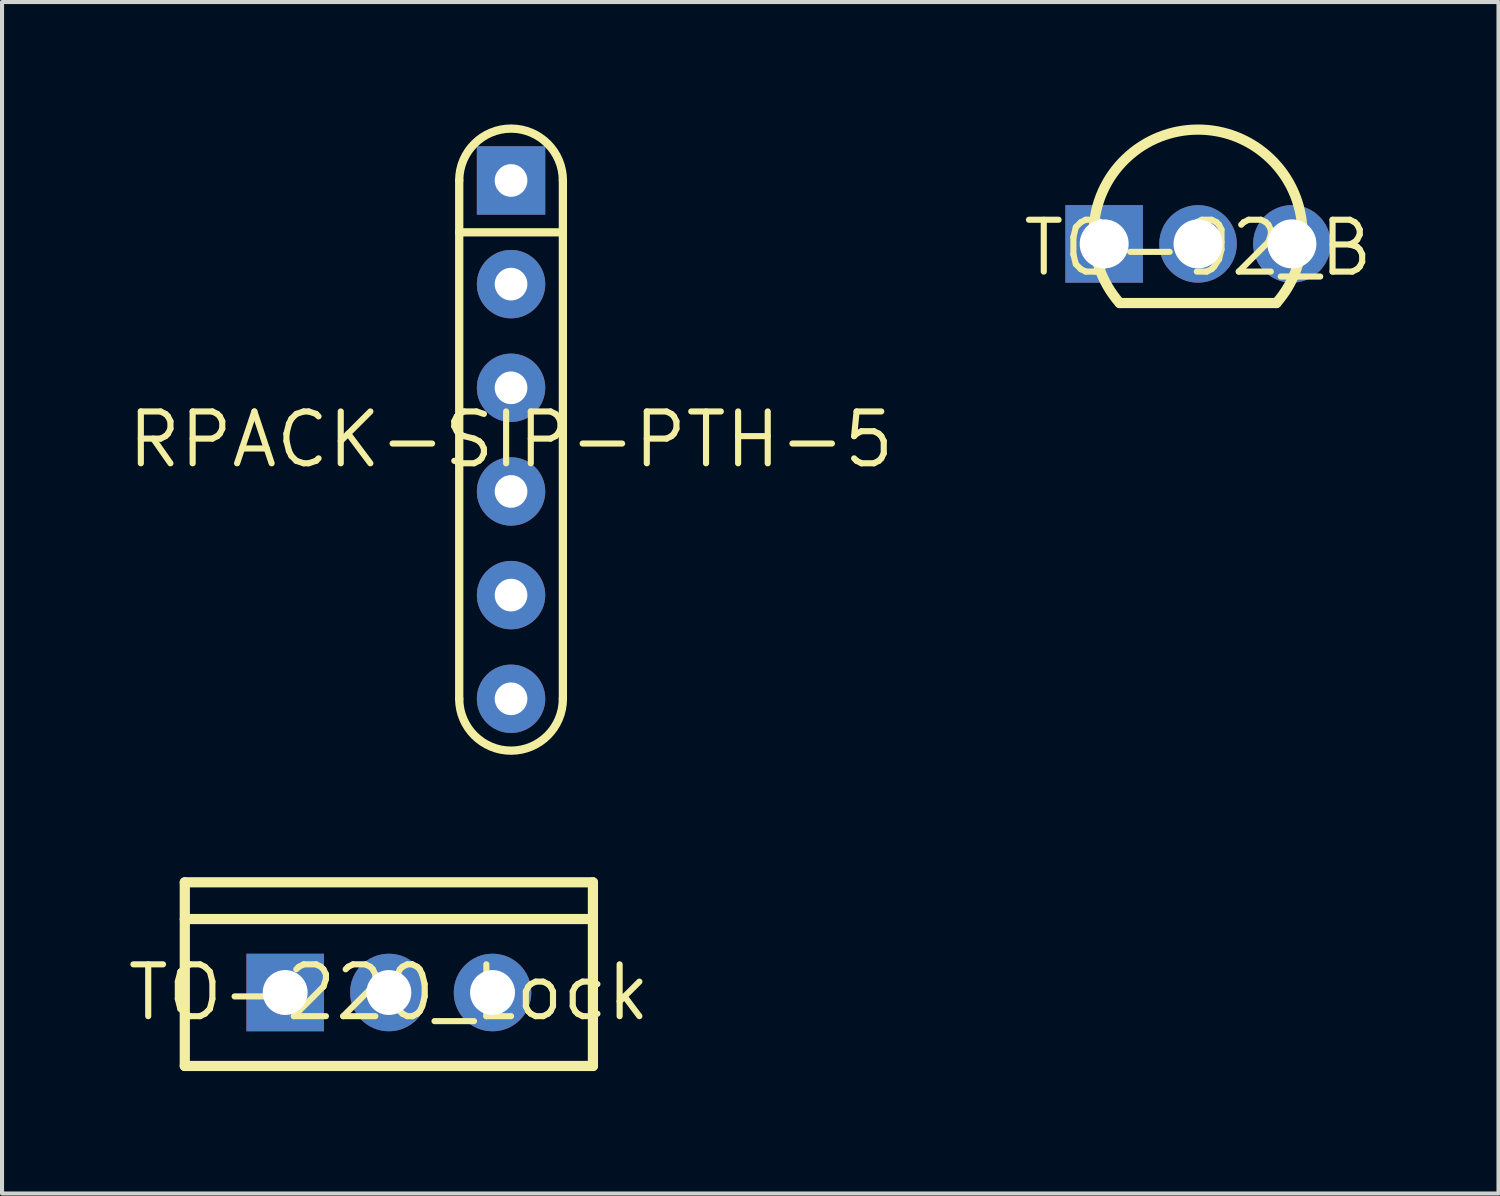
<source format=kicad_pcb>
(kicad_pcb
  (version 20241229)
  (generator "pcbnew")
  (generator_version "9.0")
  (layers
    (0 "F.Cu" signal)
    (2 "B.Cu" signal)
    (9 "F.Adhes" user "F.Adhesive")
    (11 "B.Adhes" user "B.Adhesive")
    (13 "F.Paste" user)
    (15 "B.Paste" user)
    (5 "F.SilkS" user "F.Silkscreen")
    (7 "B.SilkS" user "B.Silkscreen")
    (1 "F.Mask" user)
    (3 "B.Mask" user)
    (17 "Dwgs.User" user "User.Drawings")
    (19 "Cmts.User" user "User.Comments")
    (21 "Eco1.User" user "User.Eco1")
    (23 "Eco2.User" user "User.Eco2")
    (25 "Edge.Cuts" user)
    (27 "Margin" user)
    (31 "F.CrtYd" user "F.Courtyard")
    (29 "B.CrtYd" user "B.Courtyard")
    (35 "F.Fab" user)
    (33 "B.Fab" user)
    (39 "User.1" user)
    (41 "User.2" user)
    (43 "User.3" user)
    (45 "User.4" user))
  (footprint "RPACK-SIP-PTH-5"
    (layer "F.Cu")
    (at 9.472 7.722)
    (property "Reference" "RPACK-SIP-PTH-5" (at 0 0 0) (layer "F.SilkS") (effects (font (size 1.27 1.27) (thickness 0.15))))
    (fp_circle (center 0 -3.81) (end 0 -3.81) (stroke (width 0) (type solid)) (fill yes) (layer "F.Mask"))
    (fp_circle (center 0 -1.27) (end 0 -1.27) (stroke (width 0) (type solid)) (fill yes) (layer "F.Mask"))
    (fp_circle (center 0 1.27) (end 0 1.27) (stroke (width 0) (type solid)) (fill yes) (layer "F.Mask"))
    (fp_circle (center 0 3.81) (end 0 3.81) (stroke (width 0) (type solid)) (fill yes) (layer "F.Mask"))
    (fp_circle (center 0 6.35) (end 0 6.35) (stroke (width 0) (type solid)) (fill yes) (layer "F.Mask"))
    (fp_poly (pts (xy -0.838 -7.188) (xy 0.838 -7.188) (xy 0.838 -5.512) (xy -0.838 -5.512)) (stroke (width 0) (type default)) (fill yes) (layer "F.Mask"))
    (fp_circle (center 0 -3.81) (end 0 -3.81) (stroke (width 0) (type solid)) (fill yes) (layer "B.Mask"))
    (fp_circle (center 0 -1.27) (end 0 -1.27) (stroke (width 0) (type solid)) (fill yes) (layer "B.Mask"))
    (fp_circle (center 0 1.27) (end 0 1.27) (stroke (width 0) (type solid)) (fill yes) (layer "B.Mask"))
    (fp_circle (center 0 3.81) (end 0 3.81) (stroke (width 0) (type solid)) (fill yes) (layer "B.Mask"))
    (fp_circle (center 0 6.35) (end 0 6.35) (stroke (width 0) (type solid)) (fill yes) (layer "B.Mask"))
    (fp_poly (pts (xy -0.838 -7.188) (xy 0.838 -7.188) (xy 0.838 -5.512) (xy -0.838 -5.512)) (stroke (width 0) (type default)) (fill yes) (layer "B.Mask"))
    (fp_line (start -1.27 -6.351) (end -1.27 -5.079) (stroke (width 0.203) (type solid)) (layer "F.SilkS"))
    (fp_line (start -1.27 -5.079) (end -1.27 6.351) (stroke (width 0.203) (type solid)) (layer "F.SilkS"))
    (fp_line (start -1.27 -5.079) (end 1.27 -5.079) (stroke (width 0.203) (type solid)) (layer "F.SilkS"))
    (fp_line (start 1.27 -5.079) (end 1.27 -6.351) (stroke (width 0.203) (type solid)) (layer "F.SilkS"))
    (fp_line (start 1.27 6.351) (end 1.27 -5.079) (stroke (width 0.203) (type solid)) (layer "F.SilkS"))
    (fp_arc (start -1.27 -6.350998) (mid -0.000001 -7.620491) (end 1.27 -6.351) (stroke (width 0.203) (type solid)) (layer "F.SilkS"))
    (fp_arc (start 1.27 6.350998) (mid 0.000001 7.620491) (end -1.27 6.351) (stroke (width 0.203) (type solid)) (layer "F.SilkS"))
    (pad "P$1" thru_hole rect (at 0 -6.35) (size 1.676 1.676) (drill 0.8) (layers "*.Cu"))
    (pad "P$2" thru_hole circle (at 0 -3.81) (size 1.676 1.676) (drill 0.8) (layers "*.Cu"))
    (pad "P$3" thru_hole circle (at 0 -1.27) (size 1.676 1.676) (drill 0.8) (layers "*.Cu"))
    (pad "P$4" thru_hole circle (at 0 1.27) (size 1.676 1.676) (drill 0.8) (layers "*.Cu"))
    (pad "P$5" thru_hole circle (at 0 3.81) (size 1.676 1.676) (drill 0.8) (layers "*.Cu"))
    (pad "P$6" thru_hole circle (at 0 6.35) (size 1.676 1.676) (drill 0.8) (layers "*.Cu")))
  (footprint "TO-220_Lock"
    (layer "F.Cu")
    (at 6.478 21.269)
    (property "Reference" "TO-220_Lock" (at 0 0 0) (layer "F.SilkS") (effects (font (size 1.27 1.27) (thickness 0.15))))
    (fp_line (start -5 -2.7) (end 5 -2.7) (stroke (width 0.25) (type solid)) (layer "F.SilkS"))
    (fp_line (start -5 -1.8) (end 5 -1.8) (stroke (width 0.25) (type solid)) (layer "F.SilkS"))
    (fp_line (start -5 1.8) (end -5 -2.7) (stroke (width 0.25) (type solid)) (layer "F.SilkS"))
    (fp_line (start 5 -2.7) (end 5 1.8) (stroke (width 0.25) (type solid)) (layer "F.SilkS"))
    (fp_line (start 5 1.8) (end -5 1.8) (stroke (width 0.25) (type solid)) (layer "F.SilkS"))
    (pad "1" thru_hole rect (at -2.54 0) (size 1.9 1.9) (drill 1.1) (layers "*.Cu" "*.Mask"))
    (pad "2" thru_hole circle (at 0 0) (size 1.9 1.9) (drill 1.1) (layers "*.Cu" "*.Mask"))
    (pad "3" thru_hole circle (at 2.54 0) (size 1.9 1.9) (drill 1.1) (layers "*.Cu" "*.Mask")))
  (footprint "TO-92_B"
    (layer "F.Cu")
    (at 26.305 3.025)
    (property "Reference" "TO-92_B" (at 0 0 0) (layer "F.SilkS") (effects (font (size 1.27 1.27) (thickness 0.15))))
    (fp_line (start 1.92 1.35) (end -1.92 1.35) (stroke (width 0.25) (type solid)) (layer "F.SilkS"))
    (fp_arc (start -1.92 1.35) (mid 0 -2.899612) (end 1.92 1.35) (stroke (width 0.25) (type solid)) (layer "F.SilkS"))
    (pad "1" thru_hole rect (at -2.3 -0.099) (size 1.9 1.9) (drill 1.2) (layers "*.Cu" "*.Mask"))
    (pad "2" thru_hole circle (at 0 -0.099) (size 1.9 1.9) (drill 1.2) (layers "*.Cu" "*.Mask"))
    (pad "3" thru_hole circle (at 2.3 -0.099) (size 1.9 1.9) (drill 1.2) (layers "*.Cu" "*.Mask")))
  (gr_rect
    (start -3 -3)
    (end 33.667 26.194)
    (stroke (width 0.1) (type default))
    (fill no)
    (layer "Edge.Cuts")))
</source>
